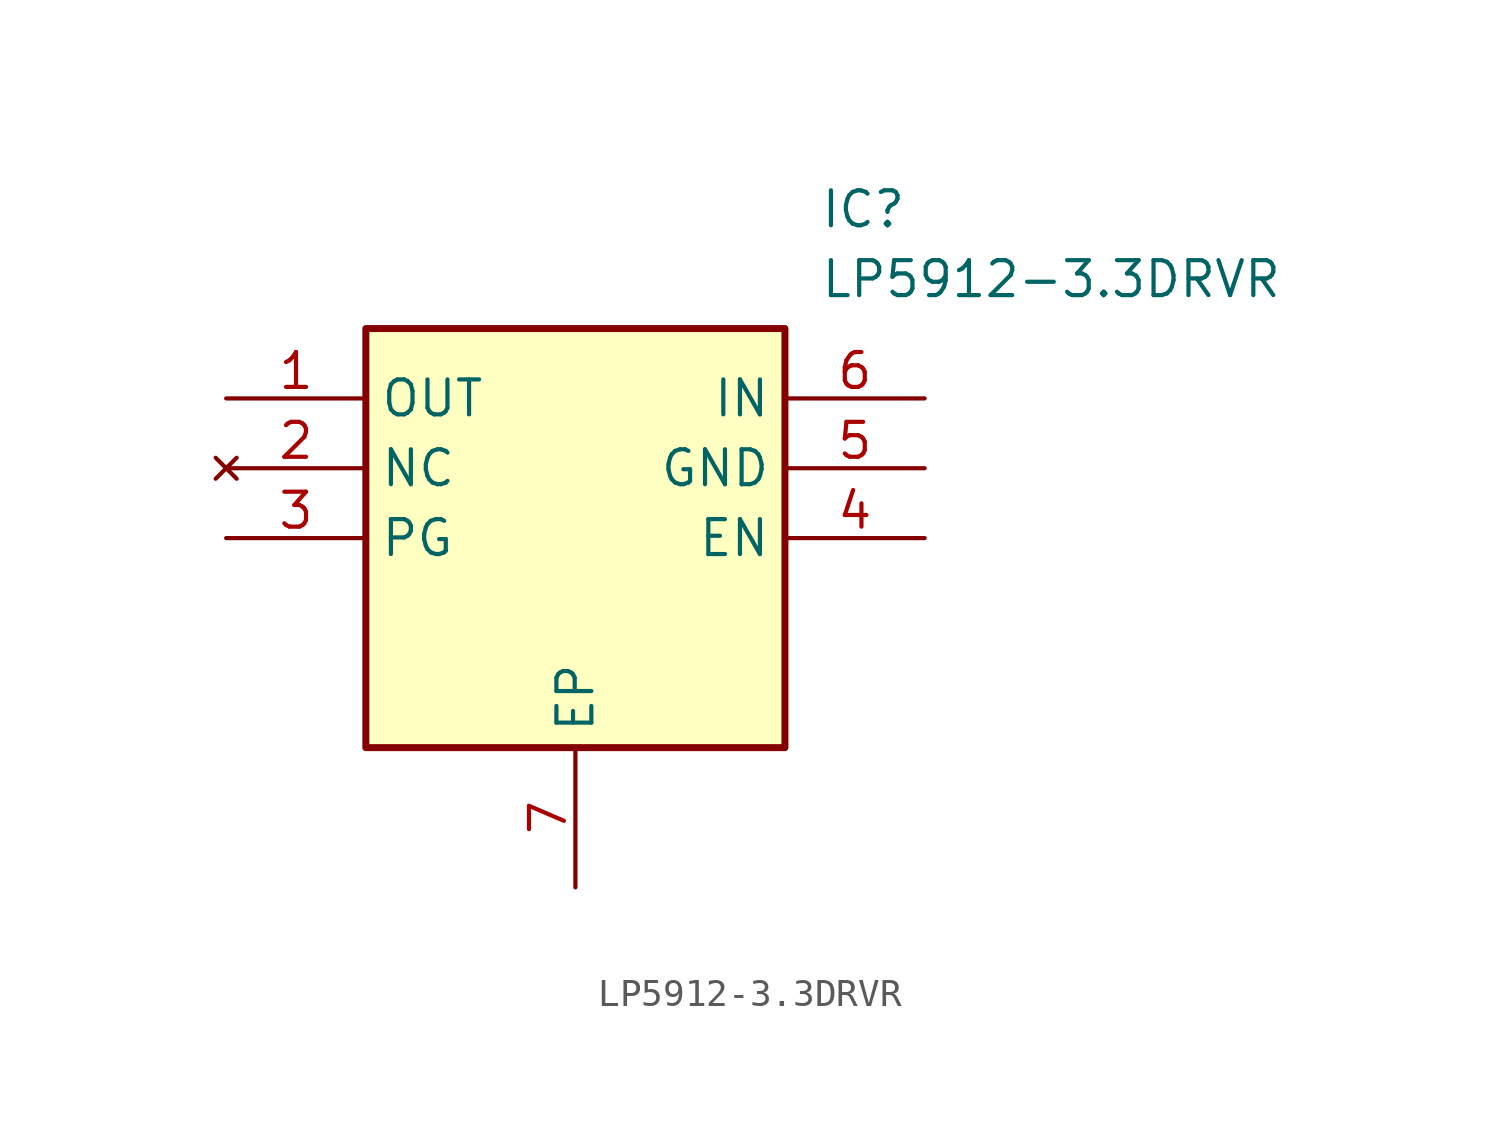
<source format=kicad_sym>
(kicad_symbol_lib
  (version 20211014)
  (generator SamacSys_ECAD_Model)
  (symbol "LP5912-3.3DRVR"
    (property "Reference" "IC"
      (at 21.59 7.62 0)
      (effects (font (size 1.27 1.27)) (justify left top)))
    (property "Value" "LP5912-3.3DRVR"
      (at 21.59 5.08 0)
      (effects (font (size 1.27 1.27)) (justify left top)))
    (rectangle
      (start 5.08 2.54)
      (end 20.32 -12.7)
      (stroke (width 0.254) (type default))
      (fill (type background)))
    (pin passive line
      (at 0 0 0)
      (length 5.08)
      (name "OUT" (effects (font (size 1.27 1.27))))
      (number "1" (effects (font (size 1.27 1.27)))))
    (pin no_connect line
      (at 0 -2.54 0)
      (length 5.08)
      (name "NC" (effects (font (size 1.27 1.27))))
      (number "2" (effects (font (size 1.27 1.27)))))
    (pin passive line
      (at 0 -5.08 0)
      (length 5.08)
      (name "PG" (effects (font (size 1.27 1.27))))
      (number "3" (effects (font (size 1.27 1.27)))))
    (pin passive line
      (at 12.7 -17.78 90)
      (length 5.08)
      (name "EP" (effects (font (size 1.27 1.27))))
      (number "7" (effects (font (size 1.27 1.27)))))
    (pin passive line
      (at 25.4 0 180)
      (length 5.08)
      (name "IN" (effects (font (size 1.27 1.27))))
      (number "6" (effects (font (size 1.27 1.27)))))
    (pin passive line
      (at 25.4 -2.54 180)
      (length 5.08)
      (name "GND" (effects (font (size 1.27 1.27))))
      (number "5" (effects (font (size 1.27 1.27)))))
    (pin passive line
      (at 25.4 -5.08 180)
      (length 5.08)
      (name "EN" (effects (font (size 1.27 1.27))))
      (number "4" (effects (font (size 1.27 1.27)))))))
</source>
